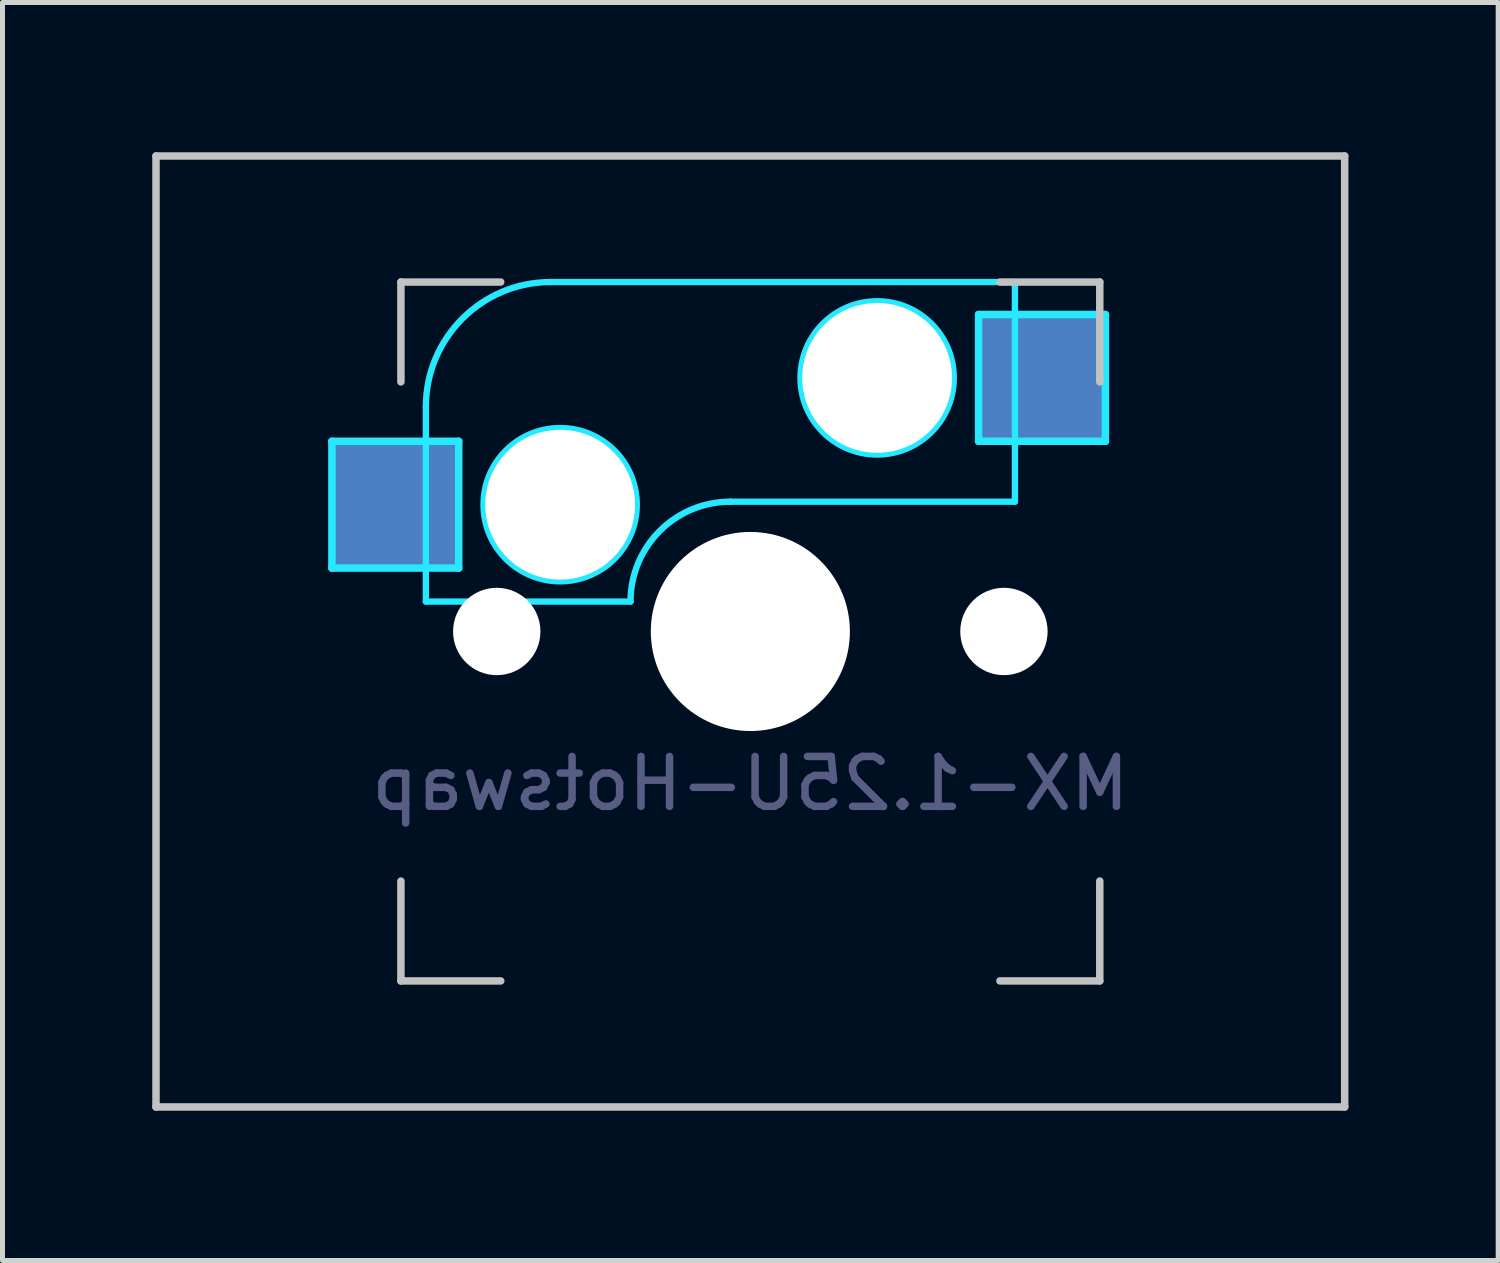
<source format=kicad_pcb>
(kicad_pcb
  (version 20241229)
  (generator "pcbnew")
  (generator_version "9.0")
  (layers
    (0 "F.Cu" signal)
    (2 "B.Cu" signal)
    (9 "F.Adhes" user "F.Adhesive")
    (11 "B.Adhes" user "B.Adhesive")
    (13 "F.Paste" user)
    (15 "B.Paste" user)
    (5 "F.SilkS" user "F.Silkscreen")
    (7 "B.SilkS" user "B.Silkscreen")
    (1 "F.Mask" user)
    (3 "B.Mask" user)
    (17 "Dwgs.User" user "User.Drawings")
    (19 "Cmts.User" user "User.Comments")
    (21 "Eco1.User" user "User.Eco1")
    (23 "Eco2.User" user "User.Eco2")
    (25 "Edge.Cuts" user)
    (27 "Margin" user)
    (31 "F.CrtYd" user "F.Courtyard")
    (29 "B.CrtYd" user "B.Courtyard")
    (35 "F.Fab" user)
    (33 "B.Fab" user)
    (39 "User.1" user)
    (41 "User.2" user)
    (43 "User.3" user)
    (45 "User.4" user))
  (footprint "MX-1.25U-Hotswap"
    (layer "F.Cu")
    (at 11.981 9.6)
    (property "Reference" "MX-1.25U-Hotswap" (at 0 3.048 0) (layer "B.Fab") (effects (font (size 1 1) (thickness 0.15)) (justify mirror)))
    (attr smd)
    (fp_line (start -11.906 -9.525) (end 11.906 -9.525) (stroke (width 0.15) (type solid)) (layer "Dwgs.User"))
    (fp_line (start -11.906 9.525) (end -11.906 -9.525) (stroke (width 0.15) (type solid)) (layer "Dwgs.User"))
    (fp_line (start -7 -7) (end -7 -5) (stroke (width 0.15) (type solid)) (layer "Dwgs.User"))
    (fp_line (start -7 5) (end -7 7) (stroke (width 0.15) (type solid)) (layer "Dwgs.User"))
    (fp_line (start -7 7) (end -5 7) (stroke (width 0.15) (type solid)) (layer "Dwgs.User"))
    (fp_line (start -5 -7) (end -7 -7) (stroke (width 0.15) (type solid)) (layer "Dwgs.User"))
    (fp_line (start 5 -7) (end 7 -7) (stroke (width 0.15) (type solid)) (layer "Dwgs.User"))
    (fp_line (start 5 7) (end 7 7) (stroke (width 0.15) (type solid)) (layer "Dwgs.User"))
    (fp_line (start 7 -7) (end 7 -5) (stroke (width 0.15) (type solid)) (layer "Dwgs.User"))
    (fp_line (start 7 7) (end 7 5) (stroke (width 0.15) (type solid)) (layer "Dwgs.User"))
    (fp_line (start 11.906 -9.525) (end 11.906 9.525) (stroke (width 0.15) (type solid)) (layer "Dwgs.User"))
    (fp_line (start 11.906 9.525) (end -11.906 9.525) (stroke (width 0.15) (type solid)) (layer "Dwgs.User"))
    (fp_line (start -8.382 -3.81) (end -5.842 -3.81) (stroke (width 0.15) (type solid)) (layer "B.CrtYd"))
    (fp_line (start -8.382 -1.27) (end -8.382 -3.81) (stroke (width 0.15) (type solid)) (layer "B.CrtYd"))
    (fp_line (start -6.5 -4.5) (end -6.5 -0.6) (stroke (width 0.127) (type solid)) (layer "B.CrtYd"))
    (fp_line (start -6.5 -0.6) (end -2.4 -0.6) (stroke (width 0.127) (type solid)) (layer "B.CrtYd"))
    (fp_line (start -5.842 -3.81) (end -5.842 -1.27) (stroke (width 0.15) (type solid)) (layer "B.CrtYd"))
    (fp_line (start -5.842 -1.27) (end -8.382 -1.27) (stroke (width 0.15) (type solid)) (layer "B.CrtYd"))
    (fp_line (start -0.4 -2.6) (end 5.3 -2.6) (stroke (width 0.127) (type solid)) (layer "B.CrtYd"))
    (fp_line (start 4.572 -6.35) (end 7.112 -6.35) (stroke (width 0.15) (type solid)) (layer "B.CrtYd"))
    (fp_line (start 4.572 -3.81) (end 4.572 -6.35) (stroke (width 0.15) (type solid)) (layer "B.CrtYd"))
    (fp_line (start 5.3 -7) (end -4 -7) (stroke (width 0.127) (type solid)) (layer "B.CrtYd"))
    (fp_line (start 5.3 -7) (end 5.3 -2.6) (stroke (width 0.127) (type solid)) (layer "B.CrtYd"))
    (fp_line (start 7.112 -6.35) (end 7.112 -3.81) (stroke (width 0.15) (type solid)) (layer "B.CrtYd"))
    (fp_line (start 7.112 -3.81) (end 4.572 -3.81) (stroke (width 0.15) (type solid)) (layer "B.CrtYd"))
    (fp_arc (start -6.5 -4.5) (mid -5.767767 -6.267767) (end -4 -7) (stroke (width 0.127) (type solid)) (layer "B.CrtYd"))
    (fp_arc (start -2.4 -0.6) (mid -1.814214 -2.014214) (end -0.4 -2.6) (stroke (width 0.127) (type solid)) (layer "B.CrtYd"))
    (fp_circle (center -3.81 -2.54) (end -3.81 -4.064) (stroke (width 0.15) (type solid)) (fill no) (layer "B.CrtYd"))
    (fp_circle (center 2.54 -5.08) (end 2.54 -6.604) (stroke (width 0.15) (type solid)) (fill no) (layer "B.CrtYd"))
    (pad "" np_thru_hole circle (at -5.08 0 48.1) (size 1.75 1.75) (drill 1.75) (layers "*.Cu" "*.Mask"))
    (pad "" np_thru_hole circle (at -3.81 -2.54) (size 3 3) (drill 3) (layers "*.Cu" "*.Mask"))
    (pad "" np_thru_hole circle (at 0 0) (size 3.988 3.988) (drill 3.988) (layers "*.Cu" "*.Mask"))
    (pad "" np_thru_hole circle (at 2.54 -5.08) (size 3 3) (drill 3) (layers "*.Cu" "*.Mask"))
    (pad "" np_thru_hole circle (at 5.08 0 48.1) (size 1.75 1.75) (drill 1.75) (layers "*.Cu" "*.Mask"))
    (pad "1" smd rect (at -7.085 -2.54) (size 2.55 2.5) (layers "B.Cu" "B.Mask" "B.Paste"))
    (pad "2" smd rect (at 5.842 -5.08) (size 2.55 2.5) (layers "B.Cu" "B.Mask" "B.Paste")))
  (gr_rect
    (start -3 -3)
    (end 26.962 22.2)
    (stroke (width 0.1) (type default))
    (fill no)
    (layer "Edge.Cuts")))
</source>
